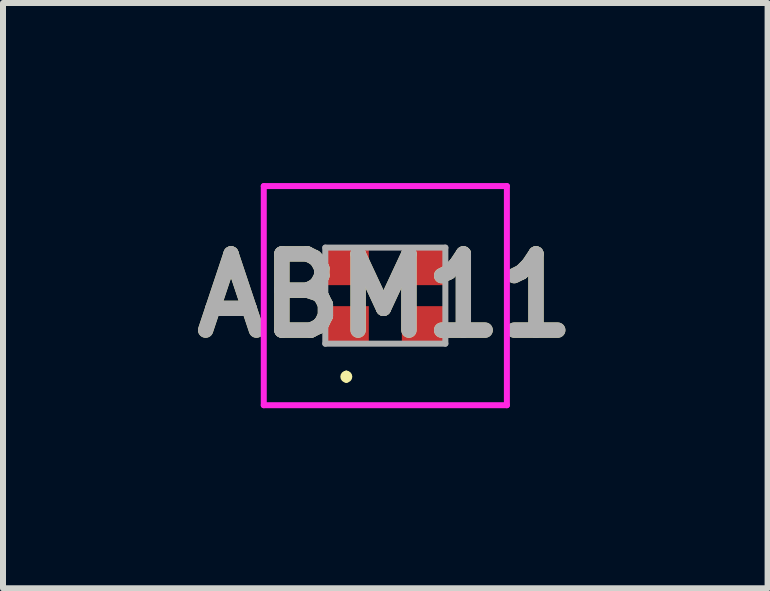
<source format=kicad_pcb>
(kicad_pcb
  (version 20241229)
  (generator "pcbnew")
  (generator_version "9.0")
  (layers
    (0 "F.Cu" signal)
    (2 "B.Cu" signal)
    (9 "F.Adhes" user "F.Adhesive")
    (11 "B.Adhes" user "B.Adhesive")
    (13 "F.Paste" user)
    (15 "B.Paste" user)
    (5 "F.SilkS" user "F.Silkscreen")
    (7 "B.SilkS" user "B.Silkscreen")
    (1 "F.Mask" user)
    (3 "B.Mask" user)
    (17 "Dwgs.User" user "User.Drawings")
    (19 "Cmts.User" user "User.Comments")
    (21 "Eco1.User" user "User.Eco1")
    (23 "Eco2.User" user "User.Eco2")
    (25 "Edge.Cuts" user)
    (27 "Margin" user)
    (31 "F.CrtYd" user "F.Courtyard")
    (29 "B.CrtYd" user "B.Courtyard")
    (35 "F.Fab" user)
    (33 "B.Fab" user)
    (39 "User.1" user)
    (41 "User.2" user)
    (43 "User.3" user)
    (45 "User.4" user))
  (footprint "ABM11"
    (layer "F.Cu")
    (at 3.369 1.875)
    (property "Reference" "ABM11" (at 0 0 0) (layer "F.SilkS") (effects (font (size 1.27 1.27) (thickness 0.254))))
    (attr smd)
    (fp_line (start -0.65 1.3) (end -0.65 1.3) (stroke (width 0.1) (type solid)) (layer "F.SilkS"))
    (fp_line (start -0.65 1.4) (end -0.65 1.4) (stroke (width 0.1) (type solid)) (layer "F.SilkS"))
    (fp_arc (start -0.65 1.3) (mid -0.6 1.35) (end -0.65 1.4) (stroke (width 0.1) (type solid)) (layer "F.SilkS"))
    (fp_arc (start -0.65 1.4) (mid -0.7 1.35) (end -0.65 1.3) (stroke (width 0.1) (type solid)) (layer "F.SilkS"))
    (fp_line (start -2.025 -1.825) (end 2.025 -1.825) (stroke (width 0.1) (type solid)) (layer "F.CrtYd"))
    (fp_line (start -2.025 1.825) (end -2.025 -1.825) (stroke (width 0.1) (type solid)) (layer "F.CrtYd"))
    (fp_line (start 2.025 -1.825) (end 2.025 1.825) (stroke (width 0.1) (type solid)) (layer "F.CrtYd"))
    (fp_line (start 2.025 1.825) (end -2.025 1.825) (stroke (width 0.1) (type solid)) (layer "F.CrtYd"))
    (fp_line (start -1 -0.8) (end -1 0.8) (stroke (width 0.1) (type solid)) (layer "F.Fab"))
    (fp_line (start -1 0.8) (end 1 0.8) (stroke (width 0.1) (type solid)) (layer "F.Fab"))
    (fp_line (start 1 -0.8) (end -1 -0.8) (stroke (width 0.1) (type solid)) (layer "F.Fab"))
    (fp_line (start 1 0.8) (end 1 -0.8) (stroke (width 0.1) (type solid)) (layer "F.Fab"))
    (fp_text user "${REFERENCE}" (at 0 0 0) (layer "F.Fab") (effects (font (size 1.27 1.27) (thickness 0.254))))
    (pad "1" smd rect (at -0.65 0.5 90) (size 0.65 0.75) (layers "F.Cu" "F.Mask" "F.Paste"))
    (pad "2" smd rect (at 0.65 0.5 90) (size 0.65 0.75) (layers "F.Cu" "F.Mask" "F.Paste"))
    (pad "3" smd rect (at 0.65 -0.5 90) (size 0.65 0.75) (layers "F.Cu" "F.Mask" "F.Paste"))
    (pad "4" smd rect (at -0.65 -0.5 90) (size 0.65 0.75) (layers "F.Cu" "F.Mask" "F.Paste")))
  (gr_rect
    (start -3 -3)
    (end 9.737 6.75)
    (stroke (width 0.1) (type default))
    (fill no)
    (layer "Edge.Cuts")))
</source>
